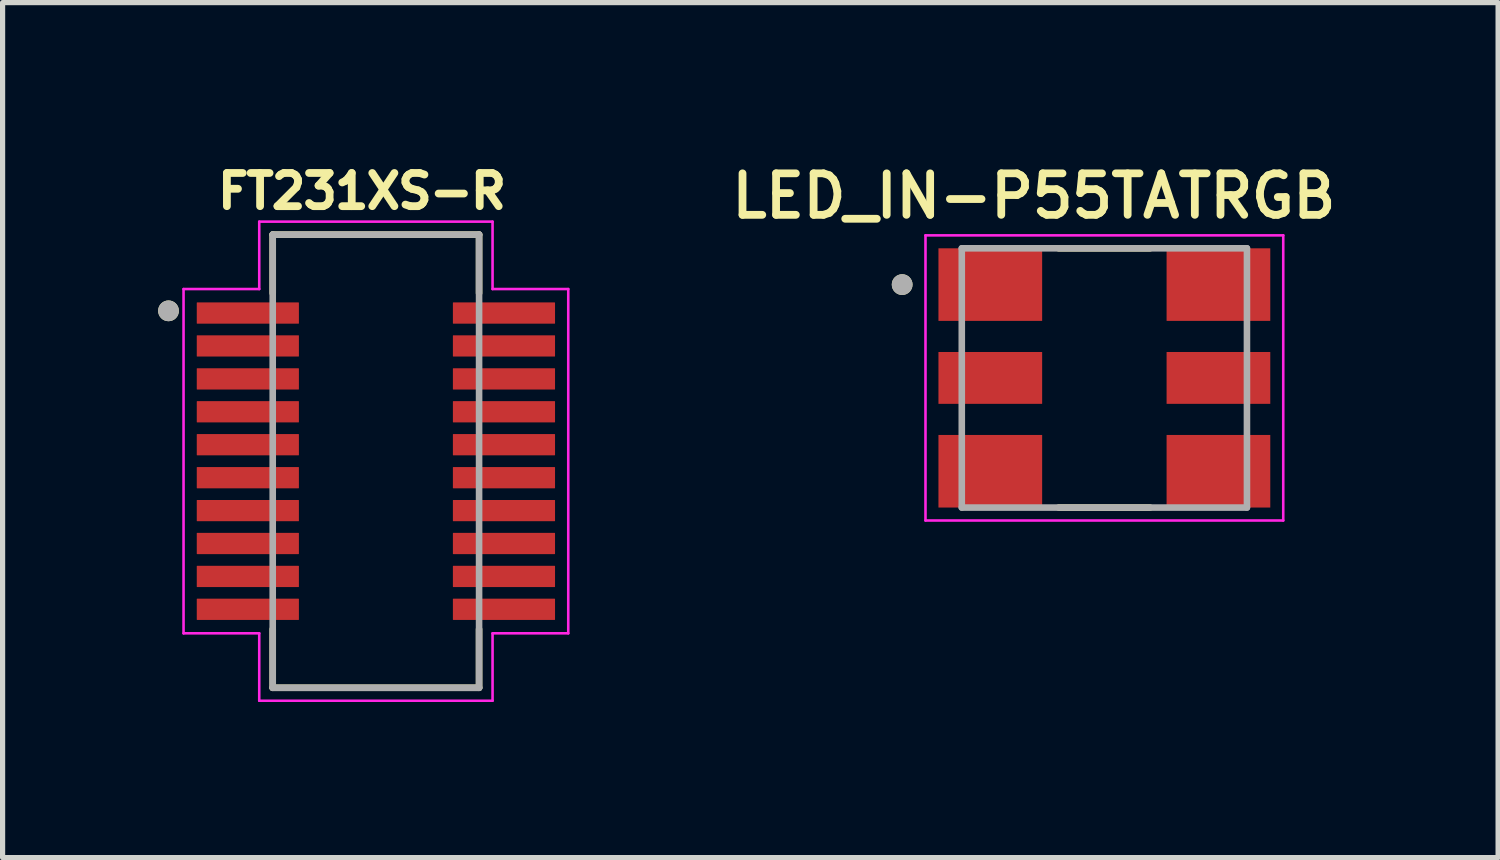
<source format=kicad_pcb>
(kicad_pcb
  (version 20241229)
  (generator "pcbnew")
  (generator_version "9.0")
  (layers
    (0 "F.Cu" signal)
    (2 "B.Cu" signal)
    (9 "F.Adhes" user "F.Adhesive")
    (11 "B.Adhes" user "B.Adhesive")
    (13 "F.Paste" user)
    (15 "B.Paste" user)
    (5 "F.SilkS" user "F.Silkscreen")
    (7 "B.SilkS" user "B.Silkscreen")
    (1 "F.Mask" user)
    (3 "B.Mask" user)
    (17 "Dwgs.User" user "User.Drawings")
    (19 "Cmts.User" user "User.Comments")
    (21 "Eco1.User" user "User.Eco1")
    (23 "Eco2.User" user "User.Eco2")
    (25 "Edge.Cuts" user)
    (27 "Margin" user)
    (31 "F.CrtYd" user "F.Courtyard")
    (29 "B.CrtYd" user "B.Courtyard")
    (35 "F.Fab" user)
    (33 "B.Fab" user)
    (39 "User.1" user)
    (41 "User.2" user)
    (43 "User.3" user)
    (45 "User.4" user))
  (footprint "FT231XS-R"
    (layer "F.Cu")
    (at 4.2 5.845)
    (property "Reference" "FT231XS-R" (at -0.268 -5.207 0) (layer "F.SilkS") (effects (font (size 0.64 0.64) (thickness 0.15))))
    (attr through_hole)
    (fp_line (start -1.99 -4.37) (end 1.99 -4.37) (stroke (width 0.127) (type solid)) (layer "F.SilkS"))
    (fp_line (start -1.99 -3.24) (end -1.99 -4.37) (stroke (width 0.127) (type solid)) (layer "F.SilkS"))
    (fp_line (start -1.99 3.24) (end -1.99 4.37) (stroke (width 0.127) (type solid)) (layer "F.SilkS"))
    (fp_line (start -1.99 4.37) (end 1.99 4.37) (stroke (width 0.127) (type solid)) (layer "F.SilkS"))
    (fp_line (start 1.99 -4.37) (end 1.99 -3.24) (stroke (width 0.127) (type solid)) (layer "F.SilkS"))
    (fp_line (start 1.99 4.37) (end 1.99 3.24) (stroke (width 0.127) (type solid)) (layer "F.SilkS"))
    (fp_circle (center -4 -2.9) (end -3.9 -2.9) (stroke (width 0.2) (type solid)) (fill no) (layer "F.SilkS"))
    (fp_line (start -3.71 -3.32) (end -2.25 -3.32) (stroke (width 0.05) (type solid)) (layer "F.CrtYd"))
    (fp_line (start -3.71 3.32) (end -3.71 -3.32) (stroke (width 0.05) (type solid)) (layer "F.CrtYd"))
    (fp_line (start -2.25 -4.62) (end 2.25 -4.62) (stroke (width 0.05) (type solid)) (layer "F.CrtYd"))
    (fp_line (start -2.25 -3.32) (end -2.25 -4.62) (stroke (width 0.05) (type solid)) (layer "F.CrtYd"))
    (fp_line (start -2.25 3.32) (end -3.71 3.32) (stroke (width 0.05) (type solid)) (layer "F.CrtYd"))
    (fp_line (start -2.25 4.62) (end -2.25 3.32) (stroke (width 0.05) (type solid)) (layer "F.CrtYd"))
    (fp_line (start 2.25 -4.62) (end 2.25 -3.32) (stroke (width 0.05) (type solid)) (layer "F.CrtYd"))
    (fp_line (start 2.25 -3.32) (end 3.71 -3.32) (stroke (width 0.05) (type solid)) (layer "F.CrtYd"))
    (fp_line (start 2.25 3.32) (end 2.25 4.62) (stroke (width 0.05) (type solid)) (layer "F.CrtYd"))
    (fp_line (start 2.25 4.62) (end -2.25 4.62) (stroke (width 0.05) (type solid)) (layer "F.CrtYd"))
    (fp_line (start 3.71 3.32) (end 2.25 3.32) (stroke (width 0.05) (type solid)) (layer "F.CrtYd"))
    (fp_line (start 3.71 3.32) (end 3.71 -3.32) (stroke (width 0.05) (type solid)) (layer "F.CrtYd"))
    (fp_line (start -1.99 -4.37) (end 1.99 -4.37) (stroke (width 0.127) (type solid)) (layer "F.Fab"))
    (fp_line (start -1.99 4.37) (end -1.99 -4.37) (stroke (width 0.127) (type solid)) (layer "F.Fab"))
    (fp_line (start 1.99 -4.37) (end 1.99 4.37) (stroke (width 0.127) (type solid)) (layer "F.Fab"))
    (fp_line (start 1.99 4.37) (end -1.99 4.37) (stroke (width 0.127) (type solid)) (layer "F.Fab"))
    (fp_circle (center -4 -2.9) (end -3.9 -2.9) (stroke (width 0.2) (type solid)) (fill no) (layer "F.Fab"))
    (pad "1" smd roundrect (at -2.47 -2.857) (size 1.97 0.41) (layers "F.Cu" "F.Mask" "F.Paste") (roundrect_rratio 0.02))
    (pad "2" smd roundrect (at -2.47 -2.223) (size 1.97 0.41) (layers "F.Cu" "F.Mask" "F.Paste") (roundrect_rratio 0.02))
    (pad "3" smd roundrect (at -2.47 -1.587) (size 1.97 0.41) (layers "F.Cu" "F.Mask" "F.Paste") (roundrect_rratio 0.02))
    (pad "4" smd roundrect (at -2.47 -0.953) (size 1.97 0.41) (layers "F.Cu" "F.Mask" "F.Paste") (roundrect_rratio 0.02))
    (pad "5" smd roundrect (at -2.47 -0.318) (size 1.97 0.41) (layers "F.Cu" "F.Mask" "F.Paste") (roundrect_rratio 0.02))
    (pad "6" smd roundrect (at -2.47 0.318) (size 1.97 0.41) (layers "F.Cu" "F.Mask" "F.Paste") (roundrect_rratio 0.02))
    (pad "7" smd roundrect (at -2.47 0.953) (size 1.97 0.41) (layers "F.Cu" "F.Mask" "F.Paste") (roundrect_rratio 0.02))
    (pad "8" smd roundrect (at -2.47 1.587) (size 1.97 0.41) (layers "F.Cu" "F.Mask" "F.Paste") (roundrect_rratio 0.02))
    (pad "9" smd roundrect (at -2.47 2.223) (size 1.97 0.41) (layers "F.Cu" "F.Mask" "F.Paste") (roundrect_rratio 0.02))
    (pad "10" smd roundrect (at -2.47 2.857) (size 1.97 0.41) (layers "F.Cu" "F.Mask" "F.Paste") (roundrect_rratio 0.02))
    (pad "11" smd roundrect (at 2.47 2.857 180) (size 1.97 0.41) (layers "F.Cu" "F.Mask" "F.Paste") (roundrect_rratio 0.02))
    (pad "12" smd roundrect (at 2.47 2.223 180) (size 1.97 0.41) (layers "F.Cu" "F.Mask" "F.Paste") (roundrect_rratio 0.02))
    (pad "13" smd roundrect (at 2.47 1.587 180) (size 1.97 0.41) (layers "F.Cu" "F.Mask" "F.Paste") (roundrect_rratio 0.02))
    (pad "14" smd roundrect (at 2.47 0.953 180) (size 1.97 0.41) (layers "F.Cu" "F.Mask" "F.Paste") (roundrect_rratio 0.02))
    (pad "15" smd roundrect (at 2.47 0.318 180) (size 1.97 0.41) (layers "F.Cu" "F.Mask" "F.Paste") (roundrect_rratio 0.02))
    (pad "16" smd roundrect (at 2.47 -0.318 180) (size 1.97 0.41) (layers "F.Cu" "F.Mask" "F.Paste") (roundrect_rratio 0.02))
    (pad "17" smd roundrect (at 2.47 -0.953 180) (size 1.97 0.41) (layers "F.Cu" "F.Mask" "F.Paste") (roundrect_rratio 0.02))
    (pad "18" smd roundrect (at 2.47 -1.587 180) (size 1.97 0.41) (layers "F.Cu" "F.Mask" "F.Paste") (roundrect_rratio 0.02))
    (pad "19" smd roundrect (at 2.47 -2.223 180) (size 1.97 0.41) (layers "F.Cu" "F.Mask" "F.Paste") (roundrect_rratio 0.02))
    (pad "20" smd roundrect (at 2.47 -2.857 180) (size 1.97 0.41) (layers "F.Cu" "F.Mask" "F.Paste") (roundrect_rratio 0.02)))
  (footprint "LED_IN-P55TATRGB"
    (layer "F.Cu")
    (at 18.25 4.239)
    (property "Reference" "LED_IN-P55TATRGB" (at -1.36 -3.508 0) (layer "F.SilkS") (effects (font (size 0.8 0.8) (thickness 0.15))))
    (attr through_hole)
    (fp_line (start -0.88 -2.5) (end 0.88 -2.5) (stroke (width 0.127) (type solid)) (layer "F.SilkS"))
    (fp_line (start -0.88 2.5) (end 0.88 2.5) (stroke (width 0.127) (type solid)) (layer "F.SilkS"))
    (fp_circle (center -3.9 -1.8) (end -3.8 -1.8) (stroke (width 0.2) (type solid)) (fill no) (layer "F.SilkS"))
    (fp_line (start -3.45 -2.75) (end -3.45 2.75) (stroke (width 0.05) (type solid)) (layer "F.CrtYd"))
    (fp_line (start -3.45 -2.75) (end 3.45 -2.75) (stroke (width 0.05) (type solid)) (layer "F.CrtYd"))
    (fp_line (start -3.45 2.75) (end 3.45 2.75) (stroke (width 0.05) (type solid)) (layer "F.CrtYd"))
    (fp_line (start 3.45 -2.75) (end 3.45 2.75) (stroke (width 0.05) (type solid)) (layer "F.CrtYd"))
    (fp_line (start -2.75 -2.5) (end -2.75 2.5) (stroke (width 0.127) (type solid)) (layer "F.Fab"))
    (fp_line (start -2.75 -2.5) (end 2.75 -2.5) (stroke (width 0.127) (type solid)) (layer "F.Fab"))
    (fp_line (start -2.75 2.5) (end 2.75 2.5) (stroke (width 0.127) (type solid)) (layer "F.Fab"))
    (fp_line (start 2.75 -2.5) (end 2.75 2.5) (stroke (width 0.127) (type solid)) (layer "F.Fab"))
    (fp_circle (center -3.9 -1.8) (end -3.8 -1.8) (stroke (width 0.2) (type solid)) (fill no) (layer "F.Fab"))
    (pad "1" smd rect (at -2.2 -1.8) (size 2 1.4) (layers "F.Cu" "F.Mask" "F.Paste"))
    (pad "2" smd rect (at -2.2 0) (size 2 1) (layers "F.Cu" "F.Mask" "F.Paste"))
    (pad "3" smd rect (at -2.2 1.8) (size 2 1.4) (layers "F.Cu" "F.Mask" "F.Paste"))
    (pad "4" smd rect (at 2.2 1.8) (size 2 1.4) (layers "F.Cu" "F.Mask" "F.Paste"))
    (pad "5" smd rect (at 2.2 0) (size 2 1) (layers "F.Cu" "F.Mask" "F.Paste"))
    (pad "6" smd rect (at 2.2 -1.8) (size 2 1.4) (layers "F.Cu" "F.Mask" "F.Paste")))
  (gr_rect
    (start -3 -3)
    (end 25.844 13.49)
    (stroke (width 0.1) (type default))
    (fill no)
    (layer "Edge.Cuts")))
</source>
